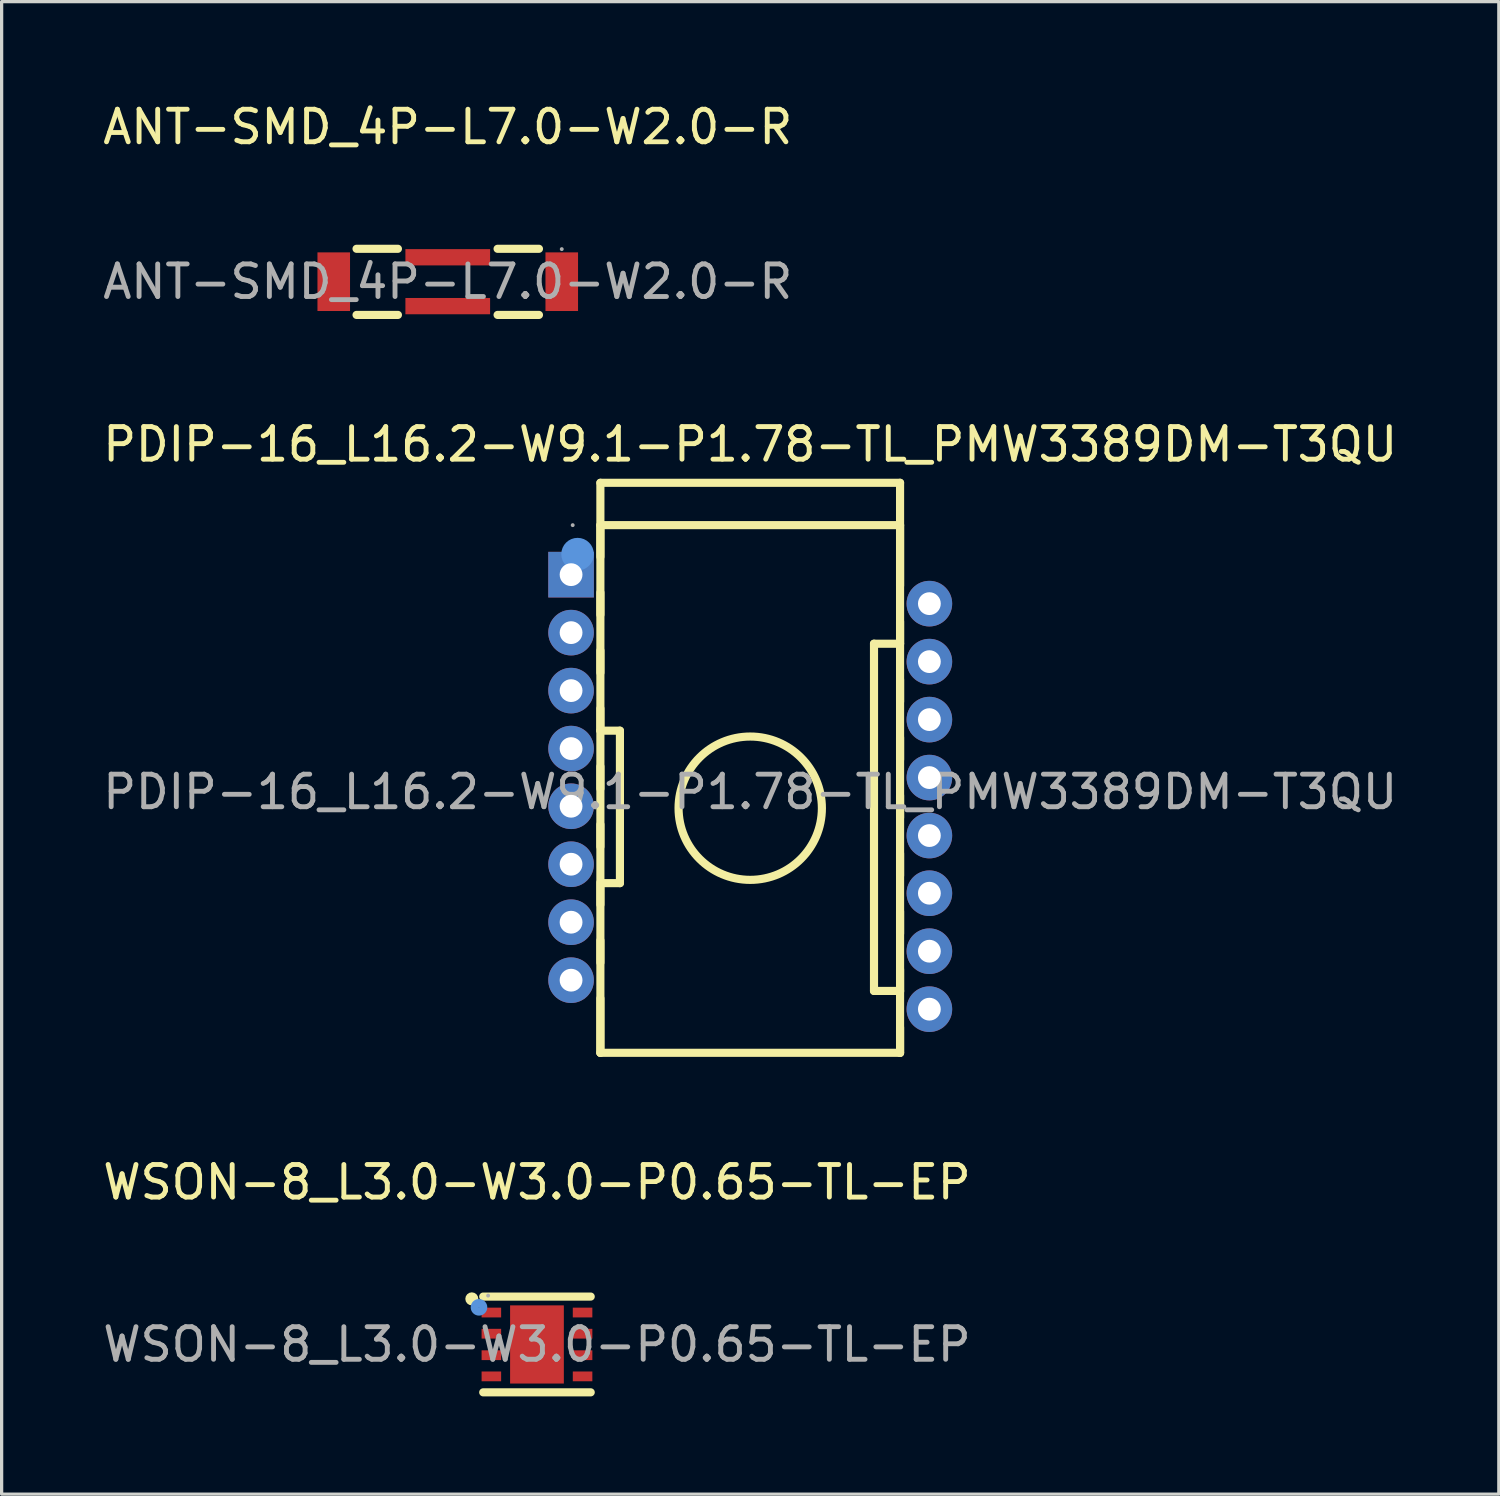
<source format=kicad_pcb>
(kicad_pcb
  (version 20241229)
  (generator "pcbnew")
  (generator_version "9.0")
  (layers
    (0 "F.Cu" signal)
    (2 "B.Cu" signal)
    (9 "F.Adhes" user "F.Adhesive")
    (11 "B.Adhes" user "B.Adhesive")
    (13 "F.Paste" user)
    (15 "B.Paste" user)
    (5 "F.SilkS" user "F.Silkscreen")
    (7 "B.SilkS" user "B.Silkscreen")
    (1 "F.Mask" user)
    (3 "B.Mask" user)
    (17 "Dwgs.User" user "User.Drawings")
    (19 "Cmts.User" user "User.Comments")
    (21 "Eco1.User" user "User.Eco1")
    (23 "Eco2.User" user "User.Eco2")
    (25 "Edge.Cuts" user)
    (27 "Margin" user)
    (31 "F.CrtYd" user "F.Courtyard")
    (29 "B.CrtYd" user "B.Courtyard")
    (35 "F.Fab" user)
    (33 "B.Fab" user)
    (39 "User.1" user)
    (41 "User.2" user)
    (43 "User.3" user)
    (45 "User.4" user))
  (footprint "PDIP-16_L16.2-W9.1-P1.78-TL_PMW3389DM-T3QU"
    (layer "F.Cu")
    (at 19.982 21.262)
    (property "Reference" "PDIP-16_L16.2-W9.1-P1.78-TL_PMW3389DM-T3QU" (at 0 -10.67 0) (layer "F.SilkS") (effects (font (size 1 1) (thickness 0.15))))
    (attr through_hole)
    (fp_line (start -4.6 -9.49) (end -4.6 8.01) (stroke (width 0.25) (type solid)) (layer "F.SilkS"))
    (fp_line (start -4.6 -9.49) (end 4.6 -9.49) (stroke (width 0.25) (type solid)) (layer "F.SilkS"))
    (fp_line (start -4.6 -8.19) (end -4.6 -7.22) (stroke (width 0.25) (type solid)) (layer "F.SilkS"))
    (fp_line (start -4.6 -6.12) (end -4.6 -5.44) (stroke (width 0.25) (type solid)) (layer "F.SilkS"))
    (fp_line (start -4.6 -4.34) (end -4.6 -3.66) (stroke (width 0.25) (type solid)) (layer "F.SilkS"))
    (fp_line (start -4.6 -2.56) (end -4.6 -1.88) (stroke (width 0.25) (type solid)) (layer "F.SilkS"))
    (fp_line (start -4.6 -1.88) (end -4 -1.88) (stroke (width 0.25) (type solid)) (layer "F.SilkS"))
    (fp_line (start -4.6 -0.78) (end -4.6 -0.1) (stroke (width 0.25) (type solid)) (layer "F.SilkS"))
    (fp_line (start -4.6 1) (end -4.6 1.68) (stroke (width 0.25) (type solid)) (layer "F.SilkS"))
    (fp_line (start -4.6 2.78) (end -4.6 3.46) (stroke (width 0.25) (type solid)) (layer "F.SilkS"))
    (fp_line (start -4.6 4.56) (end -4.6 5.24) (stroke (width 0.25) (type solid)) (layer "F.SilkS"))
    (fp_line (start -4.6 6.34) (end -4.6 8.01) (stroke (width 0.25) (type solid)) (layer "F.SilkS"))
    (fp_line (start -4.6 8.01) (end 4.6 8.01) (stroke (width 0.25) (type solid)) (layer "F.SilkS"))
    (fp_line (start -4 -1.88) (end -4 2.8) (stroke (width 0.25) (type solid)) (layer "F.SilkS"))
    (fp_line (start -4 2.8) (end -4.58 2.8) (stroke (width 0.25) (type solid)) (layer "F.SilkS"))
    (fp_line (start 3.8 -4.55) (end 3.8 6.11) (stroke (width 0.25) (type solid)) (layer "F.SilkS"))
    (fp_line (start 3.8 6.11) (end 4.6 6.11) (stroke (width 0.25) (type solid)) (layer "F.SilkS"))
    (fp_line (start 4.6 -9.49) (end 4.6 8.01) (stroke (width 0.25) (type solid)) (layer "F.SilkS"))
    (fp_line (start 4.6 -8.19) (end -4.6 -8.19) (stroke (width 0.25) (type solid)) (layer "F.SilkS"))
    (fp_line (start 4.6 -6.33) (end 4.6 -8.19) (stroke (width 0.25) (type solid)) (layer "F.SilkS"))
    (fp_line (start 4.6 -4.55) (end 3.8 -4.55) (stroke (width 0.25) (type solid)) (layer "F.SilkS"))
    (fp_line (start 4.6 -4.55) (end 4.6 -5.23) (stroke (width 0.25) (type solid)) (layer "F.SilkS"))
    (fp_line (start 4.6 -2.77) (end 4.6 -3.45) (stroke (width 0.25) (type solid)) (layer "F.SilkS"))
    (fp_line (start 4.6 -0.99) (end 4.6 -1.67) (stroke (width 0.25) (type solid)) (layer "F.SilkS"))
    (fp_line (start 4.6 0.79) (end 4.6 0.11) (stroke (width 0.25) (type solid)) (layer "F.SilkS"))
    (fp_line (start 4.6 2.57) (end 4.6 1.89) (stroke (width 0.25) (type solid)) (layer "F.SilkS"))
    (fp_line (start 4.6 4.35) (end 4.6 3.67) (stroke (width 0.25) (type solid)) (layer "F.SilkS"))
    (fp_line (start 4.6 6.13) (end 4.6 5.45) (stroke (width 0.25) (type solid)) (layer "F.SilkS"))
    (fp_line (start 4.6 8.01) (end 4.6 7.23) (stroke (width 0.25) (type solid)) (layer "F.SilkS"))
    (fp_circle (center 0 0.5) (end 2.2 0.5) (stroke (width 0.25) (type solid)) (fill no) (layer "F.SilkS"))
    (fp_circle (center -5.3 -7.3) (end -5.05 -7.3) (stroke (width 0.5) (type solid)) (fill no) (layer "Cmts.User"))
    (fp_circle (center -5.45 -8.19) (end -5.42 -8.19) (stroke (width 0.06) (type solid)) (fill no) (layer "F.Fab"))
    (fp_text user "${REFERENCE}" (at 0 0 0) (layer "F.Fab") (effects (font (size 1 1) (thickness 0.15))))
    (pad "1" thru_hole rect (at -5.5 -6.67) (size 1.4 1.4) (drill 0.7) (layers "*.Cu" "*.Mask"))
    (pad "2" thru_hole circle (at -5.5 -4.89) (size 1.4 1.4) (drill 0.7) (layers "*.Cu" "*.Mask"))
    (pad "3" thru_hole circle (at -5.5 -3.11) (size 1.4 1.4) (drill 0.7) (layers "*.Cu" "*.Mask"))
    (pad "4" thru_hole circle (at -5.5 -1.33) (size 1.4 1.4) (drill 0.7) (layers "*.Cu" "*.Mask"))
    (pad "5" thru_hole circle (at -5.5 0.44) (size 1.4 1.4) (drill 0.7) (layers "*.Cu" "*.Mask"))
    (pad "6" thru_hole circle (at -5.5 2.22) (size 1.4 1.4) (drill 0.7) (layers "*.Cu" "*.Mask"))
    (pad "7" thru_hole circle (at -5.5 4) (size 1.4 1.4) (drill 0.7) (layers "*.Cu" "*.Mask"))
    (pad "8" thru_hole circle (at -5.5 5.78) (size 1.4 1.4) (drill 0.7) (layers "*.Cu" "*.Mask"))
    (pad "9" thru_hole circle (at 5.5 6.67) (size 1.4 1.4) (drill 0.7) (layers "*.Cu" "*.Mask"))
    (pad "10" thru_hole circle (at 5.5 4.89) (size 1.4 1.4) (drill 0.7) (layers "*.Cu" "*.Mask"))
    (pad "11" thru_hole circle (at 5.5 3.11) (size 1.4 1.4) (drill 0.7) (layers "*.Cu" "*.Mask"))
    (pad "12" thru_hole circle (at 5.5 1.34) (size 1.4 1.4) (drill 0.7) (layers "*.Cu" "*.Mask"))
    (pad "13" thru_hole circle (at 5.5 -0.44) (size 1.4 1.4) (drill 0.7) (layers "*.Cu" "*.Mask"))
    (pad "14" thru_hole circle (at 5.5 -2.22) (size 1.4 1.4) (drill 0.7) (layers "*.Cu" "*.Mask"))
    (pad "15" thru_hole circle (at 5.5 -4) (size 1.4 1.4) (drill 0.7) (layers "*.Cu" "*.Mask"))
    (pad "16" thru_hole circle (at 5.5 -5.78) (size 1.4 1.4) (drill 0.7) (layers "*.Cu" "*.Mask")))
  (footprint "ANT-SMD_4P-L7.0-W2.0-R"
    (layer "F.Cu")
    (at 10.696 5.598)
    (property "Reference" "ANT-SMD_4P-L7.0-W2.0-R" (at 0 -4.75 0) (layer "F.SilkS") (effects (font (size 1 1) (thickness 0.15))))
    (attr smd)
    (fp_line (start -2.8 -1.01) (end -1.53 -1.01) (stroke (width 0.25) (type solid)) (layer "F.SilkS"))
    (fp_line (start -2.8 1.02) (end -1.53 1.02) (stroke (width 0.25) (type solid)) (layer "F.SilkS"))
    (fp_line (start 1.53 -1.01) (end 2.8 -1.01) (stroke (width 0.25) (type solid)) (layer "F.SilkS"))
    (fp_line (start 1.53 1.02) (end 2.8 1.02) (stroke (width 0.25) (type solid)) (layer "F.SilkS"))
    (fp_circle (center 3.5 -1) (end 3.53 -1) (stroke (width 0.06) (type solid)) (fill no) (layer "F.Fab"))
    (fp_text user "${REFERENCE}" (at 0 0 0) (layer "F.Fab") (effects (font (size 1 1) (thickness 0.15))))
    (pad "1" smd rect (at 3.5 0) (size 1 1.8) (layers "F.Cu" "F.Mask" "F.Paste"))
    (pad "2" smd rect (at -3.5 0) (size 1 1.8) (layers "F.Cu" "F.Mask" "F.Paste"))
    (pad "3" smd rect (at 0 -0.75) (size 2.6 0.5) (layers "F.Cu" "F.Mask" "F.Paste"))
    (pad "4" smd rect (at 0 0.75) (size 2.6 0.5) (layers "F.Cu" "F.Mask" "F.Paste")))
  (footprint "WSON-8_L3.0-W3.0-P0.65-TL-EP"
    (layer "F.Cu")
    (at 13.435 38.225)
    (property "Reference" "WSON-8_L3.0-W3.0-P0.65-TL-EP" (at 0 -4.98 0) (layer "F.SilkS") (effects (font (size 1 1) (thickness 0.15))))
    (attr smd)
    (fp_line (start -1.65 -1.47) (end 1.65 -1.47) (stroke (width 0.25) (type solid)) (layer "F.SilkS"))
    (fp_line (start 1.65 1.47) (end -1.65 1.47) (stroke (width 0.25) (type solid)) (layer "F.SilkS"))
    (fp_arc (start -2 -1.4) (mid -2 -1.4) (end -2 -1.4) (stroke (width 0.2) (type solid)) (layer "F.SilkS"))
    (fp_circle (center -1.78 -1.14) (end -1.65 -1.14) (stroke (width 0.25) (type solid)) (fill no) (layer "Cmts.User"))
    (fp_circle (center -1.5 -1.5) (end -1.47 -1.5) (stroke (width 0.06) (type solid)) (fill no) (layer "F.Fab"))
    (fp_text user "${REFERENCE}" (at 0 0 0) (layer "F.Fab") (effects (font (size 1 1) (thickness 0.15))))
    (pad "1" smd rect (at -1.4 -0.98 270) (size 0.3 0.6) (layers "F.Cu" "F.Mask" "F.Paste"))
    (pad "2" smd rect (at -1.4 -0.33 270) (size 0.3 0.6) (layers "F.Cu" "F.Mask" "F.Paste"))
    (pad "3" smd rect (at -1.4 0.33 270) (size 0.3 0.6) (layers "F.Cu" "F.Mask" "F.Paste"))
    (pad "4" smd rect (at -1.4 0.98 270) (size 0.3 0.6) (layers "F.Cu" "F.Mask" "F.Paste"))
    (pad "5" smd rect (at 1.4 0.98 90) (size 0.3 0.6) (layers "F.Cu" "F.Mask" "F.Paste"))
    (pad "6" smd rect (at 1.4 0.33 90) (size 0.3 0.6) (layers "F.Cu" "F.Mask" "F.Paste"))
    (pad "7" smd rect (at 1.4 -0.33 90) (size 0.3 0.6) (layers "F.Cu" "F.Mask" "F.Paste"))
    (pad "8" smd rect (at 1.4 -0.98 90) (size 0.3 0.6) (layers "F.Cu" "F.Mask" "F.Paste"))
    (pad "9" smd rect (at 0 0 270) (size 2.4 1.65) (layers "F.Cu" "F.Mask" "F.Paste")))
  (gr_rect
    (start -3 -3)
    (end 42.964 42.82)
    (stroke (width 0.1) (type default))
    (fill no)
    (layer "Edge.Cuts")))
</source>
